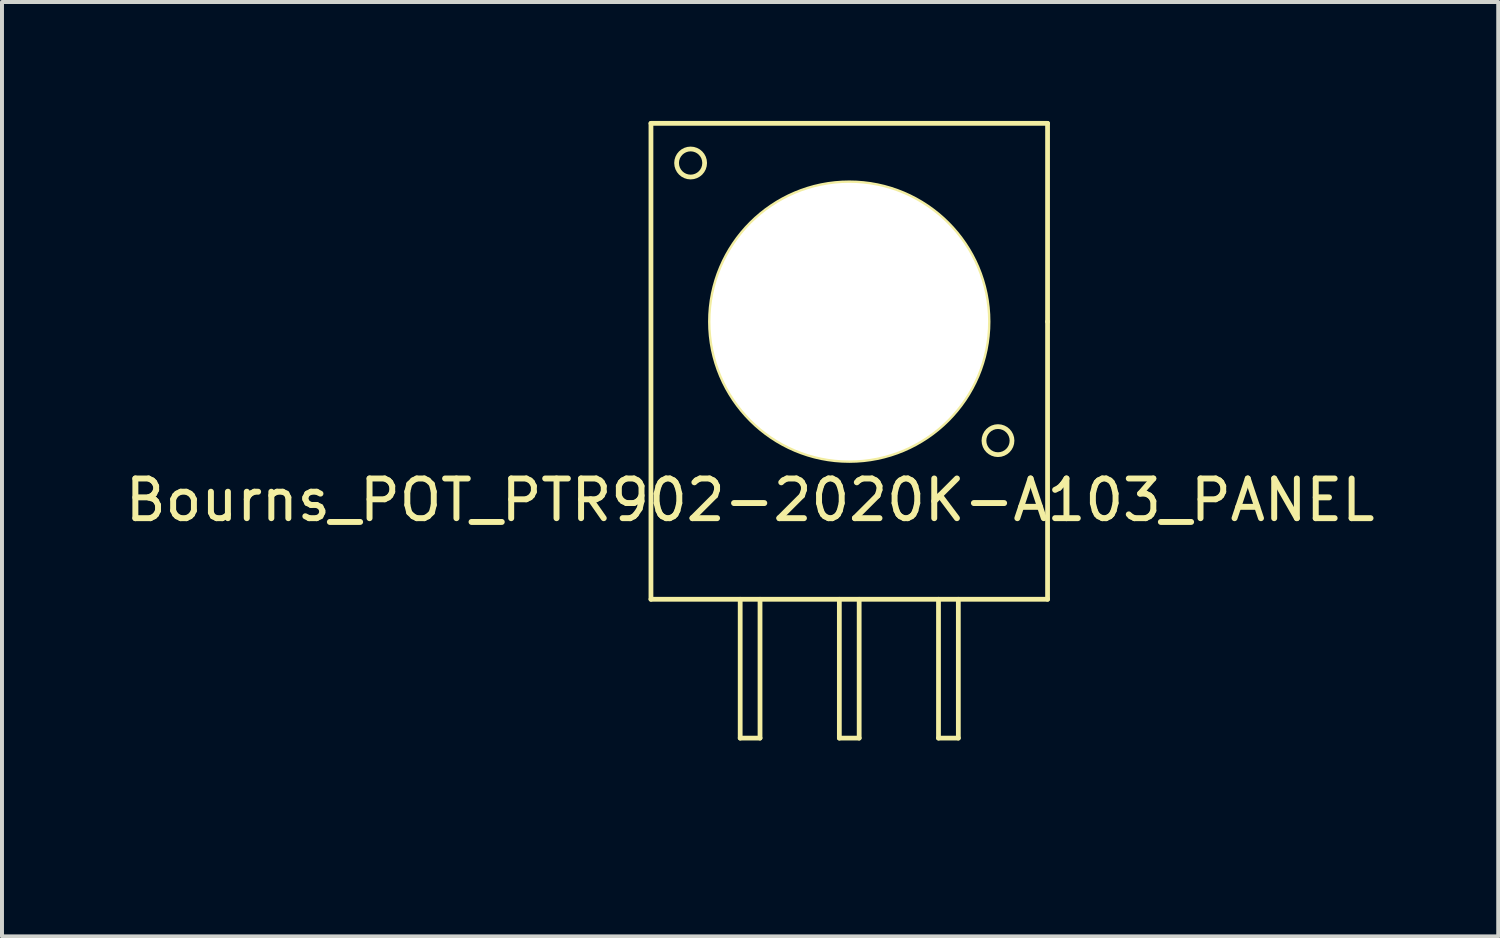
<source format=kicad_pcb>
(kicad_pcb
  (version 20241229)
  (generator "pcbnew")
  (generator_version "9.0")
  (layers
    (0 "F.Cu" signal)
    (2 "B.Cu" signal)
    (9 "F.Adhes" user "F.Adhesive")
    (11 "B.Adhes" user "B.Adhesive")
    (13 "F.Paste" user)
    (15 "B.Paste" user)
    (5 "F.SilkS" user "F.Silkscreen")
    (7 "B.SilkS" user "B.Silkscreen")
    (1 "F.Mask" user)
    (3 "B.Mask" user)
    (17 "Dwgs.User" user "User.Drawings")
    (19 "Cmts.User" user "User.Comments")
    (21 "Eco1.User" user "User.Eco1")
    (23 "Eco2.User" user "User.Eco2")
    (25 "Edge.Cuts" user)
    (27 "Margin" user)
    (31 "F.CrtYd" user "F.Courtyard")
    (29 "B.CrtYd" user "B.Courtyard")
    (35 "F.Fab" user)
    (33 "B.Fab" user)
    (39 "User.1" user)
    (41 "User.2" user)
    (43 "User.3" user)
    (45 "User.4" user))
  (footprint "Bourns_POT_PTR902-2020K-A103_PANEL"
    (layer "F.Cu")
    (at 18.613 17.31)
    (property "Reference" "Bourns_POT_PTR902-2020K-A103_PANEL" (at -2.75 -7.75 0) (layer "F.SilkS") (effects (font (size 1 1) (thickness 0.15))))
    (attr through_hole)
    (fp_line (start -5.25 -17.25) (end 4.75 -17.25) (stroke (width 0.12) (type solid)) (layer "F.SilkS"))
    (fp_line (start -5.25 -5.25) (end -5.25 -17.25) (stroke (width 0.12) (type solid)) (layer "F.SilkS"))
    (fp_line (start -3 -5.25) (end -3 -1.75) (stroke (width 0.12) (type solid)) (layer "F.SilkS"))
    (fp_line (start -3 -1.75) (end -2.5 -1.75) (stroke (width 0.12) (type solid)) (layer "F.SilkS"))
    (fp_line (start -2.5 -1.75) (end -2.5 -5.25) (stroke (width 0.12) (type solid)) (layer "F.SilkS"))
    (fp_line (start -0.5 -5.25) (end -0.5 -1.75) (stroke (width 0.12) (type solid)) (layer "F.SilkS"))
    (fp_line (start -0.5 -1.75) (end 0 -1.75) (stroke (width 0.12) (type solid)) (layer "F.SilkS"))
    (fp_line (start -0.25 -11.75) (end -0.25 -12.75) (stroke (width 0.12) (type solid)) (layer "F.SilkS"))
    (fp_line (start 0 -1.75) (end 0 -5.25) (stroke (width 0.12) (type solid)) (layer "F.SilkS"))
    (fp_line (start 0.25 -12.25) (end -0.75 -12.25) (stroke (width 0.12) (type solid)) (layer "F.SilkS"))
    (fp_line (start 2 -5.25) (end 2 -1.75) (stroke (width 0.12) (type solid)) (layer "F.SilkS"))
    (fp_line (start 2 -1.75) (end 2.5 -1.75) (stroke (width 0.12) (type solid)) (layer "F.SilkS"))
    (fp_line (start 2.5 -1.75) (end 2.5 -5.25) (stroke (width 0.12) (type solid)) (layer "F.SilkS"))
    (fp_line (start 4.75 -17.25) (end 4.75 -12.25) (stroke (width 0.12) (type solid)) (layer "F.SilkS"))
    (fp_line (start 4.75 -12.25) (end 4.75 -5.25) (stroke (width 0.12) (type solid)) (layer "F.SilkS"))
    (fp_line (start 4.75 -5.25) (end -5.25 -5.25) (stroke (width 0.12) (type solid)) (layer "F.SilkS"))
    (fp_circle (center -4.25 -16.25) (end -4 -16) (stroke (width 0.12) (type solid)) (fill no) (layer "F.SilkS"))
    (fp_circle (center -0.25 -12.25) (end 2.75 -12.25) (stroke (width 0.12) (type solid)) (fill no) (layer "F.SilkS"))
    (fp_circle (center -0.25 -12.25) (end 3.25 -12.25) (stroke (width 0.12) (type solid)) (fill no) (layer "F.SilkS"))
    (fp_circle (center 3.5 -9.25) (end 3.75 -9) (stroke (width 0.12) (type solid)) (fill no) (layer "F.SilkS"))
    (pad "" np_thru_hole circle (at -0.25 -12.25) (size 7 7) (drill 7) (layers "*.Cu" "*.Mask")))
  (gr_rect
    (start -3 -3)
    (end 34.726 20.56)
    (stroke (width 0.1) (type default))
    (fill no)
    (layer "Edge.Cuts")))
</source>
